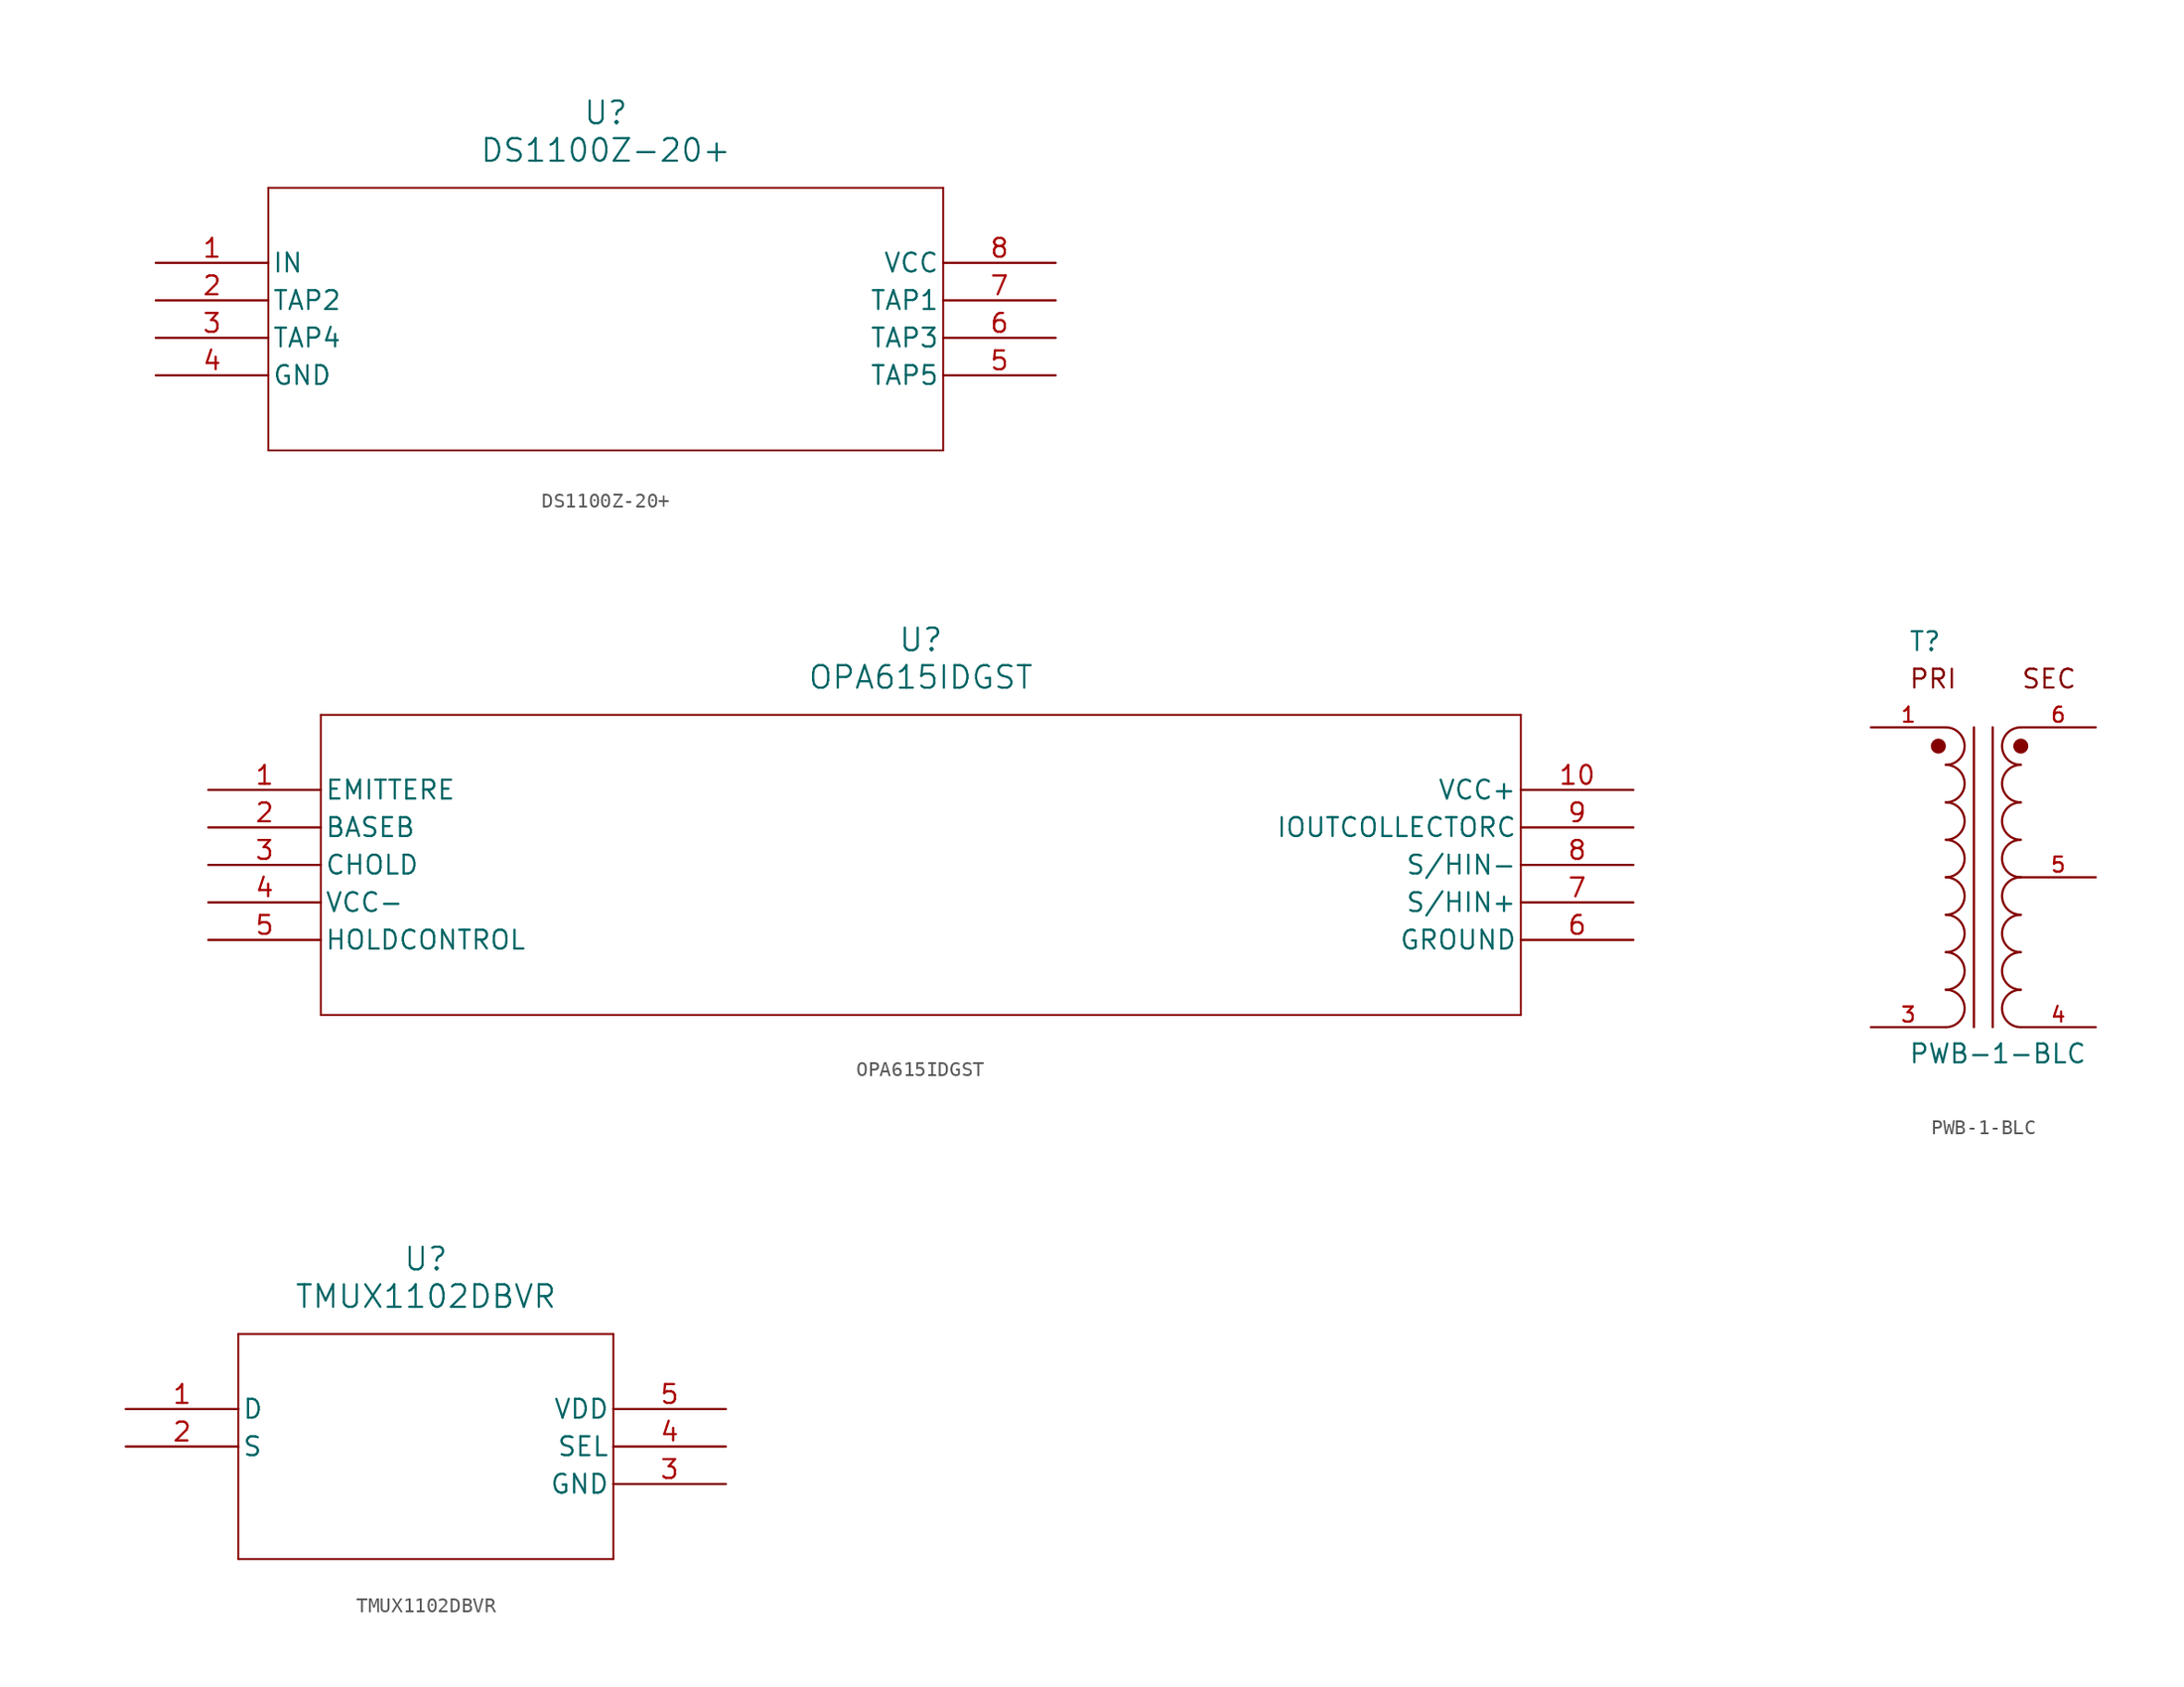
<source format=kicad_sym>
(kicad_symbol_lib
  (version 20231120)
  (generator "kicad_symbol_editor")
  (generator_version "8.0")
  (symbol "DS1100Z-20+"
    (pin_names
      (offset 0.254))
    (property "Reference" "U"
      (at 30.48 10.16 0)
      (effects (font (size 1.524 1.524))))
    (property "Value" "DS1100Z-20+"
      (at 30.48 7.62 0)
      (effects (font (size 1.524 1.524))))
    (symbol "DS1100Z-20+_0_1"
      (polyline (pts (xy 7.62 -12.7) (xy 53.34 -12.7)) (stroke (width 0.127) (type default)) (fill (type none)))
      (polyline (pts (xy 7.62 5.08) (xy 7.62 -12.7)) (stroke (width 0.127) (type default)) (fill (type none)))
      (polyline (pts (xy 53.34 -12.7) (xy 53.34 5.08)) (stroke (width 0.127) (type default)) (fill (type none)))
      (polyline (pts (xy 53.34 5.08) (xy 7.62 5.08)) (stroke (width 0.127) (type default)) (fill (type none)))
      (pin input line (at 0 0 0) (length 7.62) (name "IN" (effects (font (size 1.27 1.27)))) (number "1" (effects (font (size 1.27 1.27)))))
      (pin bidirectional line (at 0 -2.54 0) (length 7.62) (name "TAP2" (effects (font (size 1.27 1.27)))) (number "2" (effects (font (size 1.27 1.27)))))
      (pin bidirectional line (at 0 -5.08 0) (length 7.62) (name "TAP4" (effects (font (size 1.27 1.27)))) (number "3" (effects (font (size 1.27 1.27)))))
      (pin power_in line (at 0 -7.62 0) (length 7.62) (name "GND" (effects (font (size 1.27 1.27)))) (number "4" (effects (font (size 1.27 1.27)))))
      (pin bidirectional line (at 60.96 -7.62 180) (length 7.62) (name "TAP5" (effects (font (size 1.27 1.27)))) (number "5" (effects (font (size 1.27 1.27)))))
      (pin bidirectional line (at 60.96 -5.08 180) (length 7.62) (name "TAP3" (effects (font (size 1.27 1.27)))) (number "6" (effects (font (size 1.27 1.27)))))
      (pin bidirectional line (at 60.96 -2.54 180) (length 7.62) (name "TAP1" (effects (font (size 1.27 1.27)))) (number "7" (effects (font (size 1.27 1.27)))))
      (pin power_in line (at 60.96 0 180) (length 7.62) (name "VCC" (effects (font (size 1.27 1.27)))) (number "8" (effects (font (size 1.27 1.27)))))))
  (symbol "OPA615IDGST"
    (pin_names
      (offset 0.254))
    (property "Reference" "U"
      (at 48.26 10.16 0)
      (effects (font (size 1.524 1.524))))
    (property "Value" "OPA615IDGST"
      (at 48.26 7.62 0)
      (effects (font (size 1.524 1.524))))
    (symbol "OPA615IDGST_0_1"
      (polyline (pts (xy 7.62 -15.24) (xy 88.9 -15.24)) (stroke (width 0.127) (type default)) (fill (type none)))
      (polyline (pts (xy 7.62 5.08) (xy 7.62 -15.24)) (stroke (width 0.127) (type default)) (fill (type none)))
      (polyline (pts (xy 88.9 -15.24) (xy 88.9 5.08)) (stroke (width 0.127) (type default)) (fill (type none)))
      (polyline (pts (xy 88.9 5.08) (xy 7.62 5.08)) (stroke (width 0.127) (type default)) (fill (type none)))
      (pin power_in line (at 96.52 0 180) (length 7.62) (name "VCC+" (effects (font (size 1.27 1.27)))) (number "10" (effects (font (size 1.27 1.27)))))
      (pin power_in line (at 0 -7.62 0) (length 7.62) (name "VCC-" (effects (font (size 1.27 1.27)))) (number "4" (effects (font (size 1.27 1.27)))))
      (pin power_in line (at 96.52 -10.16 180) (length 7.62) (name "GROUND" (effects (font (size 1.27 1.27)))) (number "6" (effects (font (size 1.27 1.27)))))
      (pin input line (at 96.52 -7.62 180) (length 7.62) (name "S/HIN+" (effects (font (size 1.27 1.27)))) (number "7" (effects (font (size 1.27 1.27)))))
      (pin input line (at 96.52 -5.08 180) (length 7.62) (name "S/HIN-" (effects (font (size 1.27 1.27)))) (number "8" (effects (font (size 1.27 1.27))))))
    (symbol "OPA615IDGST_1_1"
      (pin passive line (at 0 0 0) (length 7.62) (name "EMITTERE" (effects (font (size 1.27 1.27)))) (number "1" (effects (font (size 1.27 1.27)))))
      (pin bidirectional line (at 0 -2.54 0) (length 7.62) (name "BASEB" (effects (font (size 1.27 1.27)))) (number "2" (effects (font (size 1.27 1.27)))))
      (pin bidirectional line (at 0 -5.08 0) (length 7.62) (name "CHOLD" (effects (font (size 1.27 1.27)))) (number "3" (effects (font (size 1.27 1.27)))))
      (pin input line (at 0 -10.16 0) (length 7.62) (name "HOLDCONTROL" (effects (font (size 1.27 1.27)))) (number "5" (effects (font (size 1.27 1.27)))))
      (pin passive line (at 96.52 -2.54 180) (length 7.62) (name "IOUTCOLLECTORC" (effects (font (size 1.27 1.27)))) (number "9" (effects (font (size 1.27 1.27)))))))
  (symbol "PWB-1-BLC"
    (pin_names
      (offset 1.016))
    (property "Reference" "T"
      (at -5.08 15.24 0)
      (effects (font (size 1.27 1.27)) (justify left bottom)))
    (property "Value" "PWB-1-BLC"
      (at -5.08 -12.7 0)
      (effects (font (size 1.27 1.27)) (justify left bottom)))
    (symbol "PWB-1-BLC_0_0"
      (circle (center -3.048 8.89) (radius 0.254) (stroke (width 0.508) (type default)) (fill (type none)))
      (arc (start -2.54 -10.16) (mid -1.2755 -8.89) (end -2.54 -7.62) (stroke (width 0.1524) (type default)) (fill (type none)))
      (arc (start -2.54 -7.62) (mid -1.2755 -6.35) (end -2.54 -5.08) (stroke (width 0.1524) (type default)) (fill (type none)))
      (arc (start -2.54 -5.08) (mid -1.2755 -3.81) (end -2.54 -2.54) (stroke (width 0.1524) (type default)) (fill (type none)))
      (arc (start -2.54 -2.54) (mid -1.2755 -1.27) (end -2.54 0) (stroke (width 0.1524) (type default)) (fill (type none)))
      (arc (start -2.54 0) (mid -1.2755 1.27) (end -2.54 2.54) (stroke (width 0.1524) (type default)) (fill (type none)))
      (arc (start -2.54 2.54) (mid -1.2755 3.81) (end -2.54 5.08) (stroke (width 0.1524) (type default)) (fill (type none)))
      (arc (start -2.54 5.08) (mid -1.2755 6.35) (end -2.54 7.62) (stroke (width 0.1524) (type default)) (fill (type none)))
      (arc (start -2.54 7.62) (mid -1.2755 8.89) (end -2.54 10.16) (stroke (width 0.1524) (type default)) (fill (type none)))
      (polyline (pts (xy -0.635 10.16) (xy -0.635 -10.16)) (stroke (width 0.152) (type default)) (fill (type none)))
      (polyline (pts (xy 0.635 10.16) (xy 0.635 -10.16)) (stroke (width 0.152) (type default)) (fill (type none)))
      (arc (start 2.54 -7.62) (mid 1.2755 -8.89) (end 2.54 -10.16) (stroke (width 0.1524) (type default)) (fill (type none)))
      (arc (start 2.54 -5.08) (mid 1.2755 -6.35) (end 2.54 -7.62) (stroke (width 0.1524) (type default)) (fill (type none)))
      (arc (start 2.54 -2.54) (mid 1.2755 -3.81) (end 2.54 -5.08) (stroke (width 0.1524) (type default)) (fill (type none)))
      (arc (start 2.54 0) (mid 1.2755 -1.27) (end 2.54 -2.54) (stroke (width 0.1524) (type default)) (fill (type none)))
      (arc (start 2.54 2.54) (mid 1.2755 1.27) (end 2.54 0) (stroke (width 0.1524) (type default)) (fill (type none)))
      (arc (start 2.54 5.08) (mid 1.2755 3.81) (end 2.54 2.54) (stroke (width 0.1524) (type default)) (fill (type none)))
      (arc (start 2.54 7.62) (mid 1.2755 6.35) (end 2.54 5.08) (stroke (width 0.1524) (type default)) (fill (type none)))
      (circle (center 2.54 8.89) (radius 0.254) (stroke (width 0.508) (type default)) (fill (type none)))
      (arc (start 2.54 10.16) (mid 1.2755 8.89) (end 2.54 7.62) (stroke (width 0.1524) (type default)) (fill (type none)))
      (text "PRI" (at -5.08 12.7 0) (effects (font (size 1.27 1.27)) (justify left bottom)))
      (text "SEC" (at 2.54 12.7 0) (effects (font (size 1.27 1.27)) (justify left bottom)))
      (pin passive line (at -7.62 10.16 0) (length 5.08) (name "~" (effects (font (size 1.016 1.016)))) (number "1" (effects (font (size 1.016 1.016)))))
      (pin passive line (at -7.62 -10.16 0) (length 5.08) (name "~" (effects (font (size 1.016 1.016)))) (number "3" (effects (font (size 1.016 1.016)))))
      (pin passive line (at 7.62 -10.16 180) (length 5.08) (name "~" (effects (font (size 1.016 1.016)))) (number "4" (effects (font (size 1.016 1.016)))))
      (pin passive line (at 7.62 0 180) (length 5.08) (name "~" (effects (font (size 1.016 1.016)))) (number "5" (effects (font (size 1.016 1.016)))))
      (pin passive line (at 7.62 10.16 180) (length 5.08) (name "~" (effects (font (size 1.016 1.016)))) (number "6" (effects (font (size 1.016 1.016)))))))
  (symbol "TMUX1102DBVR"
    (pin_names
      (offset 0.254))
    (property "Reference" "U"
      (at 0 12.7 0)
      (effects (font (size 1.524 1.524))))
    (property "Value" "TMUX1102DBVR"
      (at 0 10.16 0)
      (effects (font (size 1.524 1.524))))
    (symbol "TMUX1102DBVR_0_1"
      (polyline (pts (xy -12.7 -7.62) (xy 12.7 -7.62)) (stroke (width 0.127) (type default)) (fill (type none)))
      (polyline (pts (xy -12.7 7.62) (xy -12.7 -7.62)) (stroke (width 0.127) (type default)) (fill (type none)))
      (polyline (pts (xy 12.7 -7.62) (xy 12.7 7.62)) (stroke (width 0.127) (type default)) (fill (type none)))
      (polyline (pts (xy 12.7 7.62) (xy -12.7 7.62)) (stroke (width 0.127) (type default)) (fill (type none)))
      (pin power_out line (at 20.32 -2.54 180) (length 7.62) (name "GND" (effects (font (size 1.27 1.27)))) (number "3" (effects (font (size 1.27 1.27)))))
      (pin power_in line (at 20.32 2.54 180) (length 7.62) (name "VDD" (effects (font (size 1.27 1.27)))) (number "5" (effects (font (size 1.27 1.27))))))
    (symbol "TMUX1102DBVR_1_1"
      (pin passive line (at -20.32 2.54 0) (length 7.62) (name "D" (effects (font (size 1.27 1.27)))) (number "1" (effects (font (size 1.27 1.27)))))
      (pin passive line (at -20.32 0 0) (length 7.62) (name "S" (effects (font (size 1.27 1.27)))) (number "2" (effects (font (size 1.27 1.27)))))
      (pin passive line (at 20.32 0 180) (length 7.62) (name "SEL" (effects (font (size 1.27 1.27)))) (number "4" (effects (font (size 1.27 1.27))))))))
</source>
